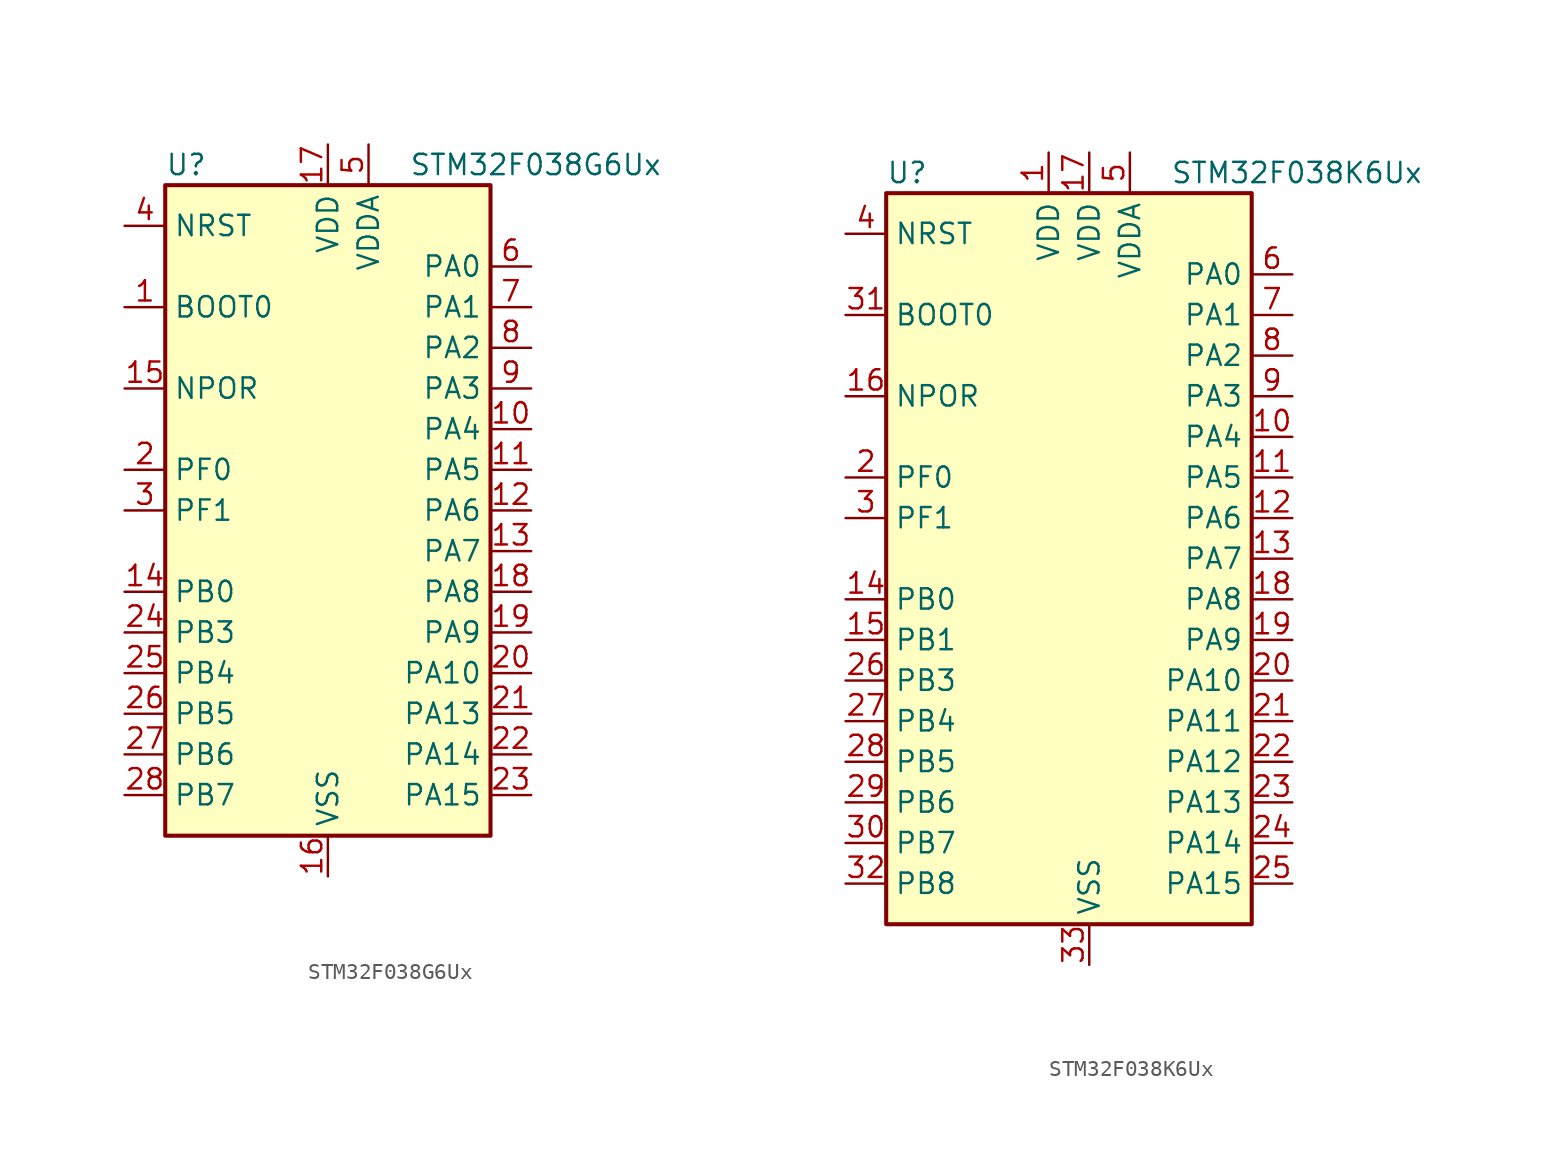
<source format=kicad_sym>
(kicad_symbol_lib
  (version 20201005)
  (generator kicad_symbol_editor)
  (symbol "STM32F038G6Ux"
    (property "Reference" "U"
      (at -10.16 21.59 0)
      (effects (font (size 1.27 1.27)) (justify left)))
    (property "Value" "STM32F038G6Ux"
      (at 5.08 21.59 0)
      (effects (font (size 1.27 1.27)) (justify left)))
    (symbol "STM32F038G6Ux_0_1"
      (rectangle (start -10.16 -20.32) (end 10.16 20.32) (stroke (width 0.254)) (fill (type background))))
    (symbol "STM32F038G6Ux_1_1"
      (pin input line (at -12.7 12.7 0) (length 2.54) (name "BOOT0" (effects (font (size 1.27 1.27)))) (number "1" (effects (font (size 1.27 1.27)))))
      (pin power_in line (at -12.7 7.62 0) (length 2.54) (name "NPOR" (effects (font (size 1.27 1.27)))) (number "15" (effects (font (size 1.27 1.27)))))
      (pin input line (at -12.7 17.78 0) (length 2.54) (name "NRST" (effects (font (size 1.27 1.27)))) (number "4" (effects (font (size 1.27 1.27)))))
      (pin bidirectional line (at 12.7 15.24 180) (length 2.54) (name "PA0" (effects (font (size 1.27 1.27)))) (number "6" (effects (font (size 1.27 1.27)))))
      (pin bidirectional line (at 12.7 12.7 180) (length 2.54) (name "PA1" (effects (font (size 1.27 1.27)))) (number "7" (effects (font (size 1.27 1.27)))))
      (pin bidirectional line (at 12.7 -10.16 180) (length 2.54) (name "PA10" (effects (font (size 1.27 1.27)))) (number "20" (effects (font (size 1.27 1.27)))))
      (pin bidirectional line (at 12.7 -12.7 180) (length 2.54) (name "PA13" (effects (font (size 1.27 1.27)))) (number "21" (effects (font (size 1.27 1.27)))))
      (pin bidirectional line (at 12.7 -15.24 180) (length 2.54) (name "PA14" (effects (font (size 1.27 1.27)))) (number "22" (effects (font (size 1.27 1.27)))))
      (pin bidirectional line (at 12.7 -17.78 180) (length 2.54) (name "PA15" (effects (font (size 1.27 1.27)))) (number "23" (effects (font (size 1.27 1.27)))))
      (pin bidirectional line (at 12.7 10.16 180) (length 2.54) (name "PA2" (effects (font (size 1.27 1.27)))) (number "8" (effects (font (size 1.27 1.27)))))
      (pin bidirectional line (at 12.7 7.62 180) (length 2.54) (name "PA3" (effects (font (size 1.27 1.27)))) (number "9" (effects (font (size 1.27 1.27)))))
      (pin bidirectional line (at 12.7 5.08 180) (length 2.54) (name "PA4" (effects (font (size 1.27 1.27)))) (number "10" (effects (font (size 1.27 1.27)))))
      (pin bidirectional line (at 12.7 2.54 180) (length 2.54) (name "PA5" (effects (font (size 1.27 1.27)))) (number "11" (effects (font (size 1.27 1.27)))))
      (pin bidirectional line (at 12.7 0 180) (length 2.54) (name "PA6" (effects (font (size 1.27 1.27)))) (number "12" (effects (font (size 1.27 1.27)))))
      (pin bidirectional line (at 12.7 -2.54 180) (length 2.54) (name "PA7" (effects (font (size 1.27 1.27)))) (number "13" (effects (font (size 1.27 1.27)))))
      (pin bidirectional line (at 12.7 -5.08 180) (length 2.54) (name "PA8" (effects (font (size 1.27 1.27)))) (number "18" (effects (font (size 1.27 1.27)))))
      (pin bidirectional line (at 12.7 -7.62 180) (length 2.54) (name "PA9" (effects (font (size 1.27 1.27)))) (number "19" (effects (font (size 1.27 1.27)))))
      (pin bidirectional line (at -12.7 -5.08 0) (length 2.54) (name "PB0" (effects (font (size 1.27 1.27)))) (number "14" (effects (font (size 1.27 1.27)))))
      (pin bidirectional line (at -12.7 -7.62 0) (length 2.54) (name "PB3" (effects (font (size 1.27 1.27)))) (number "24" (effects (font (size 1.27 1.27)))))
      (pin bidirectional line (at -12.7 -10.16 0) (length 2.54) (name "PB4" (effects (font (size 1.27 1.27)))) (number "25" (effects (font (size 1.27 1.27)))))
      (pin bidirectional line (at -12.7 -12.7 0) (length 2.54) (name "PB5" (effects (font (size 1.27 1.27)))) (number "26" (effects (font (size 1.27 1.27)))))
      (pin bidirectional line (at -12.7 -15.24 0) (length 2.54) (name "PB6" (effects (font (size 1.27 1.27)))) (number "27" (effects (font (size 1.27 1.27)))))
      (pin bidirectional line (at -12.7 -17.78 0) (length 2.54) (name "PB7" (effects (font (size 1.27 1.27)))) (number "28" (effects (font (size 1.27 1.27)))))
      (pin input line (at -12.7 2.54 0) (length 2.54) (name "PF0" (effects (font (size 1.27 1.27)))) (number "2" (effects (font (size 1.27 1.27)))))
      (pin input line (at -12.7 0 0) (length 2.54) (name "PF1" (effects (font (size 1.27 1.27)))) (number "3" (effects (font (size 1.27 1.27)))))
      (pin power_in line (at 0 22.86 270) (length 2.54) (name "VDD" (effects (font (size 1.27 1.27)))) (number "17" (effects (font (size 1.27 1.27)))))
      (pin power_in line (at 2.54 22.86 270) (length 2.54) (name "VDDA" (effects (font (size 1.27 1.27)))) (number "5" (effects (font (size 1.27 1.27)))))
      (pin power_in line (at 0 -22.86 90) (length 2.54) (name "VSS" (effects (font (size 1.27 1.27)))) (number "16" (effects (font (size 1.27 1.27)))))))
  (symbol "STM32F038K6Ux"
    (property "Reference" "U"
      (at -12.7 24.13 0)
      (effects (font (size 1.27 1.27)) (justify left)))
    (property "Value" "STM32F038K6Ux"
      (at 5.08 24.13 0)
      (effects (font (size 1.27 1.27)) (justify left)))
    (symbol "STM32F038K6Ux_0_1"
      (rectangle (start -12.7 -22.86) (end 10.16 22.86) (stroke (width 0.254)) (fill (type background))))
    (symbol "STM32F038K6Ux_1_1"
      (pin input line (at -15.24 15.24 0) (length 2.54) (name "BOOT0" (effects (font (size 1.27 1.27)))) (number "31" (effects (font (size 1.27 1.27)))))
      (pin power_in line (at -15.24 10.16 0) (length 2.54) (name "NPOR" (effects (font (size 1.27 1.27)))) (number "16" (effects (font (size 1.27 1.27)))))
      (pin input line (at -15.24 20.32 0) (length 2.54) (name "NRST" (effects (font (size 1.27 1.27)))) (number "4" (effects (font (size 1.27 1.27)))))
      (pin bidirectional line (at 12.7 17.78 180) (length 2.54) (name "PA0" (effects (font (size 1.27 1.27)))) (number "6" (effects (font (size 1.27 1.27)))))
      (pin bidirectional line (at 12.7 15.24 180) (length 2.54) (name "PA1" (effects (font (size 1.27 1.27)))) (number "7" (effects (font (size 1.27 1.27)))))
      (pin bidirectional line (at 12.7 -7.62 180) (length 2.54) (name "PA10" (effects (font (size 1.27 1.27)))) (number "20" (effects (font (size 1.27 1.27)))))
      (pin bidirectional line (at 12.7 -10.16 180) (length 2.54) (name "PA11" (effects (font (size 1.27 1.27)))) (number "21" (effects (font (size 1.27 1.27)))))
      (pin bidirectional line (at 12.7 -12.7 180) (length 2.54) (name "PA12" (effects (font (size 1.27 1.27)))) (number "22" (effects (font (size 1.27 1.27)))))
      (pin bidirectional line (at 12.7 -15.24 180) (length 2.54) (name "PA13" (effects (font (size 1.27 1.27)))) (number "23" (effects (font (size 1.27 1.27)))))
      (pin bidirectional line (at 12.7 -17.78 180) (length 2.54) (name "PA14" (effects (font (size 1.27 1.27)))) (number "24" (effects (font (size 1.27 1.27)))))
      (pin bidirectional line (at 12.7 -20.32 180) (length 2.54) (name "PA15" (effects (font (size 1.27 1.27)))) (number "25" (effects (font (size 1.27 1.27)))))
      (pin bidirectional line (at 12.7 12.7 180) (length 2.54) (name "PA2" (effects (font (size 1.27 1.27)))) (number "8" (effects (font (size 1.27 1.27)))))
      (pin bidirectional line (at 12.7 10.16 180) (length 2.54) (name "PA3" (effects (font (size 1.27 1.27)))) (number "9" (effects (font (size 1.27 1.27)))))
      (pin bidirectional line (at 12.7 7.62 180) (length 2.54) (name "PA4" (effects (font (size 1.27 1.27)))) (number "10" (effects (font (size 1.27 1.27)))))
      (pin bidirectional line (at 12.7 5.08 180) (length 2.54) (name "PA5" (effects (font (size 1.27 1.27)))) (number "11" (effects (font (size 1.27 1.27)))))
      (pin bidirectional line (at 12.7 2.54 180) (length 2.54) (name "PA6" (effects (font (size 1.27 1.27)))) (number "12" (effects (font (size 1.27 1.27)))))
      (pin bidirectional line (at 12.7 0 180) (length 2.54) (name "PA7" (effects (font (size 1.27 1.27)))) (number "13" (effects (font (size 1.27 1.27)))))
      (pin bidirectional line (at 12.7 -2.54 180) (length 2.54) (name "PA8" (effects (font (size 1.27 1.27)))) (number "18" (effects (font (size 1.27 1.27)))))
      (pin bidirectional line (at 12.7 -5.08 180) (length 2.54) (name "PA9" (effects (font (size 1.27 1.27)))) (number "19" (effects (font (size 1.27 1.27)))))
      (pin bidirectional line (at -15.24 -2.54 0) (length 2.54) (name "PB0" (effects (font (size 1.27 1.27)))) (number "14" (effects (font (size 1.27 1.27)))))
      (pin bidirectional line (at -15.24 -5.08 0) (length 2.54) (name "PB1" (effects (font (size 1.27 1.27)))) (number "15" (effects (font (size 1.27 1.27)))))
      (pin bidirectional line (at -15.24 -7.62 0) (length 2.54) (name "PB3" (effects (font (size 1.27 1.27)))) (number "26" (effects (font (size 1.27 1.27)))))
      (pin bidirectional line (at -15.24 -10.16 0) (length 2.54) (name "PB4" (effects (font (size 1.27 1.27)))) (number "27" (effects (font (size 1.27 1.27)))))
      (pin bidirectional line (at -15.24 -12.7 0) (length 2.54) (name "PB5" (effects (font (size 1.27 1.27)))) (number "28" (effects (font (size 1.27 1.27)))))
      (pin bidirectional line (at -15.24 -15.24 0) (length 2.54) (name "PB6" (effects (font (size 1.27 1.27)))) (number "29" (effects (font (size 1.27 1.27)))))
      (pin bidirectional line (at -15.24 -17.78 0) (length 2.54) (name "PB7" (effects (font (size 1.27 1.27)))) (number "30" (effects (font (size 1.27 1.27)))))
      (pin bidirectional line (at -15.24 -20.32 0) (length 2.54) (name "PB8" (effects (font (size 1.27 1.27)))) (number "32" (effects (font (size 1.27 1.27)))))
      (pin input line (at -15.24 5.08 0) (length 2.54) (name "PF0" (effects (font (size 1.27 1.27)))) (number "2" (effects (font (size 1.27 1.27)))))
      (pin input line (at -15.24 2.54 0) (length 2.54) (name "PF1" (effects (font (size 1.27 1.27)))) (number "3" (effects (font (size 1.27 1.27)))))
      (pin power_in line (at -2.54 25.4 270) (length 2.54) (name "VDD" (effects (font (size 1.27 1.27)))) (number "1" (effects (font (size 1.27 1.27)))))
      (pin power_in line (at 0 25.4 270) (length 2.54) (name "VDD" (effects (font (size 1.27 1.27)))) (number "17" (effects (font (size 1.27 1.27)))))
      (pin power_in line (at 2.54 25.4 270) (length 2.54) (name "VDDA" (effects (font (size 1.27 1.27)))) (number "5" (effects (font (size 1.27 1.27)))))
      (pin power_in line (at 0 -25.4 90) (length 2.54) (name "VSS" (effects (font (size 1.27 1.27)))) (number "33" (effects (font (size 1.27 1.27))))))))
</source>
